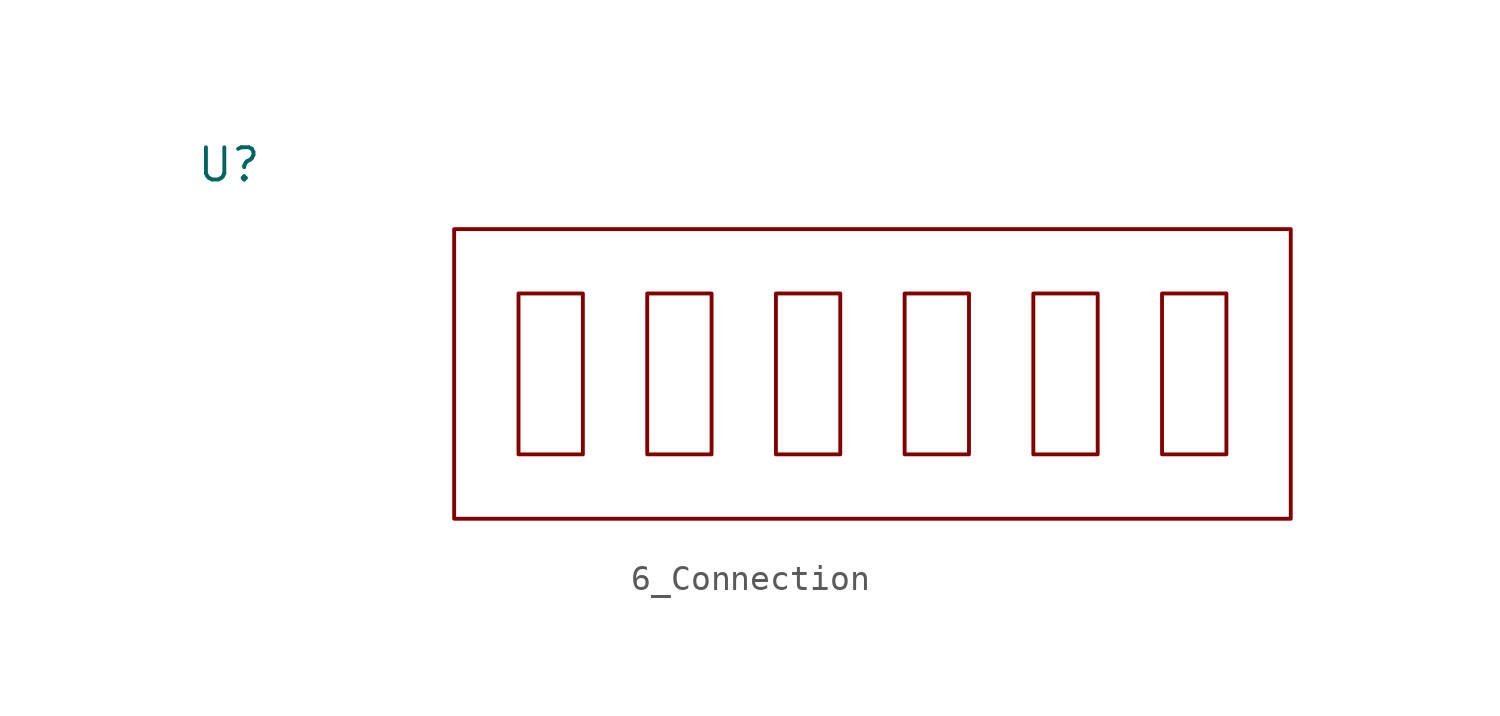
<source format=kicad_sym>
(kicad_symbol_lib
  (version 20220914)
  (generator kicad_symbol_editor)
  (symbol "6_Connection"
    (property "Reference" "U"
      (at 0 0 0)
      (effects (font (size 1.27 1.27))))
    (property "Value" ""
      (at 0 0 0)
      (effects (font (size 1.27 1.27))))
    (symbol "6_Connection_0_1"
      (rectangle (start 8.89 -2.54) (end 41.91 -13.97) (stroke (width 0) (type default)) (fill (type none)))
      (rectangle (start 11.43 -5.08) (end 13.97 -11.43) (stroke (width 0) (type default)) (fill (type none)))
      (rectangle (start 16.51 -5.08) (end 19.05 -11.43) (stroke (width 0) (type default)) (fill (type none)))
      (rectangle (start 21.59 -5.08) (end 24.13 -11.43) (stroke (width 0) (type default)) (fill (type none)))
      (rectangle (start 26.67 -5.08) (end 29.21 -11.43) (stroke (width 0) (type default)) (fill (type none)))
      (rectangle (start 31.75 -5.08) (end 34.29 -11.43) (stroke (width 0) (type default)) (fill (type none)))
      (rectangle (start 36.83 -5.08) (end 39.37 -11.43) (stroke (width 0) (type default)) (fill (type none))))
    (symbol "6_Connection_1_1"
      (pin input line (at 38.1 -10.16 0) (length 2.54) hide (name "" (effects (font (size 1.27 1.27)))) (number "" (effects (font (size 1.27 1.27)))))
      (pin input line (at 38.1 -8.89 0) (length 2.54) hide (name "" (effects (font (size 1.27 1.27)))) (number "" (effects (font (size 1.27 1.27)))))
      (pin input line (at 38.1 -7.62 0) (length 2.54) hide (name "" (effects (font (size 1.27 1.27)))) (number "" (effects (font (size 1.27 1.27)))))
      (pin input line (at 38.1 -6.35 0) (length 2.54) hide (name "" (effects (font (size 1.27 1.27)))) (number "" (effects (font (size 1.27 1.27))))))))
</source>
